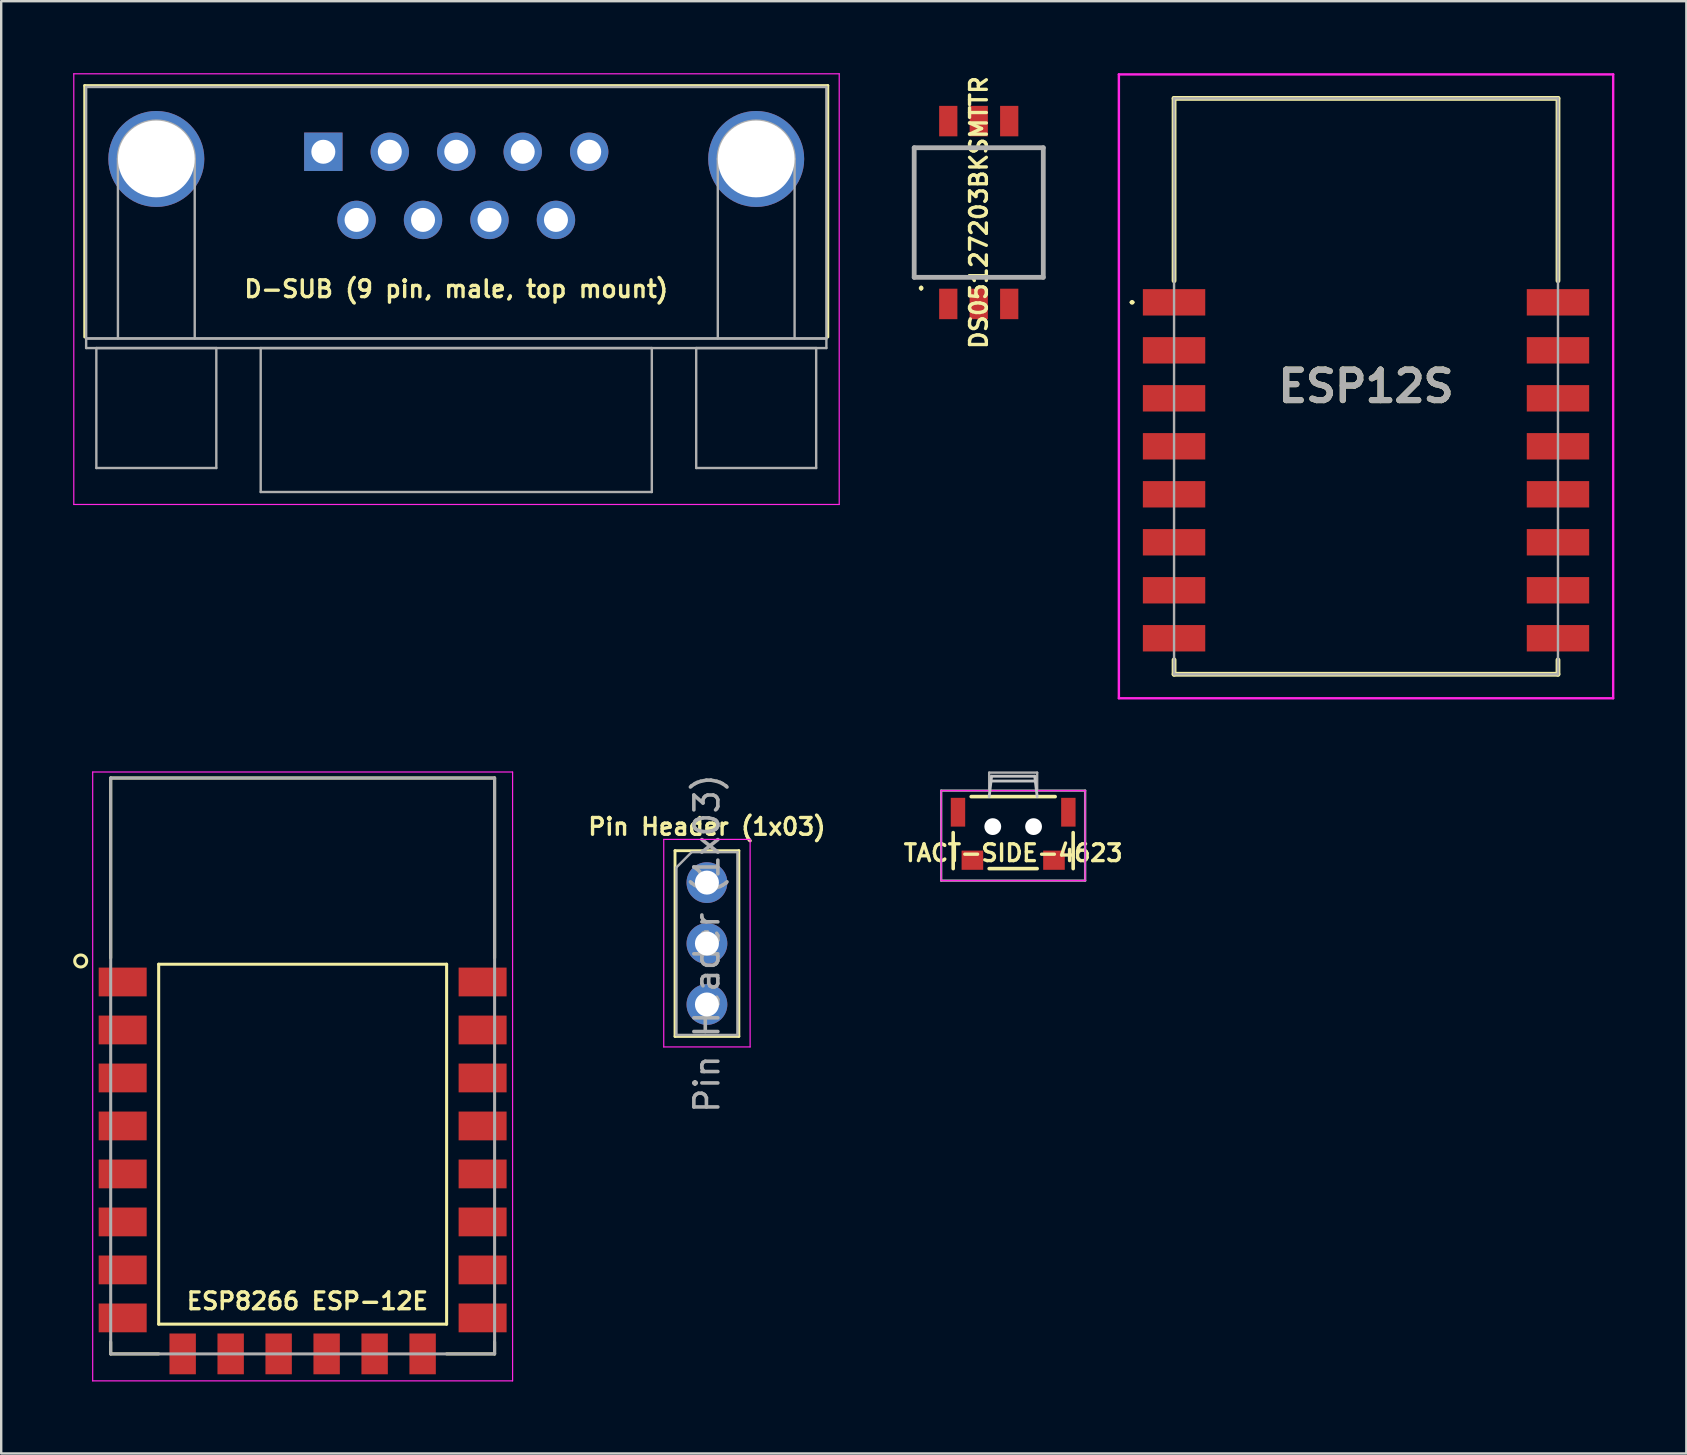
<source format=kicad_pcb>
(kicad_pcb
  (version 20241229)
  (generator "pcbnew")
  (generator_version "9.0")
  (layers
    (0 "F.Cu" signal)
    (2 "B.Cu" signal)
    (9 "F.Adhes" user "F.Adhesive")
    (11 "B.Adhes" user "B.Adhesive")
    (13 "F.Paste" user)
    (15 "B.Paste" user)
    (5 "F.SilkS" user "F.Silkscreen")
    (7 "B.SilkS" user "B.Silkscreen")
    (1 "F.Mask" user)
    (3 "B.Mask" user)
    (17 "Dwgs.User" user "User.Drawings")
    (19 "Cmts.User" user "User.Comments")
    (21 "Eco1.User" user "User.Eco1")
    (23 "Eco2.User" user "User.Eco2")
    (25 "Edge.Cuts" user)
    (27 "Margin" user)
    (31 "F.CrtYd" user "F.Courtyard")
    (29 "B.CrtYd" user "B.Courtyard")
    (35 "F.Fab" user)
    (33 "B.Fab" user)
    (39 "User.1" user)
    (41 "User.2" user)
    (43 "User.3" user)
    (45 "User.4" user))
  (footprint "D-SUB (9 pin, male, top mount)"
    (layer "F.Cu")
    (at 10.425 3.275)
    (property "Reference" "D-SUB (9 pin, male, top mount)" (at 5.54 5.72 0) (layer "F.SilkS") (effects (font (size 0.7 0.7) (thickness 0.14) (bold yes))))
    (attr through_hole)
    (fp_line (start -9.945 -2.76) (end 21.025 -2.76) (stroke (width 0.12) (type solid)) (layer "F.SilkS"))
    (fp_line (start -9.945 7.72) (end -9.945 -2.76) (stroke (width 0.12) (type solid)) (layer "F.SilkS"))
    (fp_line (start 21.025 -2.76) (end 21.025 7.72) (stroke (width 0.12) (type solid)) (layer "F.SilkS"))
    (fp_line (start -10.4 -3.25) (end -10.4 14.7) (stroke (width 0.05) (type solid)) (layer "F.CrtYd"))
    (fp_line (start -10.4 14.7) (end 21.5 14.7) (stroke (width 0.05) (type solid)) (layer "F.CrtYd"))
    (fp_line (start 21.5 -3.25) (end -10.4 -3.25) (stroke (width 0.05) (type solid)) (layer "F.CrtYd"))
    (fp_line (start 21.5 14.7) (end 21.5 -3.25) (stroke (width 0.05) (type solid)) (layer "F.CrtYd"))
    (fp_line (start -9.885 -2.7) (end -9.885 7.78) (stroke (width 0.1) (type solid)) (layer "F.Fab"))
    (fp_line (start -9.885 7.78) (end -9.885 8.18) (stroke (width 0.1) (type solid)) (layer "F.Fab"))
    (fp_line (start -9.885 7.78) (end 20.965 7.78) (stroke (width 0.1) (type solid)) (layer "F.Fab"))
    (fp_line (start -9.885 8.18) (end 20.965 8.18) (stroke (width 0.1) (type solid)) (layer "F.Fab"))
    (fp_line (start -9.46 8.18) (end -9.46 13.18) (stroke (width 0.1) (type solid)) (layer "F.Fab"))
    (fp_line (start -9.46 13.18) (end -4.46 13.18) (stroke (width 0.1) (type solid)) (layer "F.Fab"))
    (fp_line (start -8.56 7.78) (end -8.56 0.3) (stroke (width 0.1) (type solid)) (layer "F.Fab"))
    (fp_line (start -5.36 7.78) (end -5.36 0.3) (stroke (width 0.1) (type solid)) (layer "F.Fab"))
    (fp_line (start -4.46 8.18) (end -9.46 8.18) (stroke (width 0.1) (type solid)) (layer "F.Fab"))
    (fp_line (start -4.46 13.18) (end -4.46 8.18) (stroke (width 0.1) (type solid)) (layer "F.Fab"))
    (fp_line (start -2.61 8.18) (end -2.61 14.18) (stroke (width 0.1) (type solid)) (layer "F.Fab"))
    (fp_line (start -2.61 14.18) (end 13.69 14.18) (stroke (width 0.1) (type solid)) (layer "F.Fab"))
    (fp_line (start 13.69 8.18) (end -2.61 8.18) (stroke (width 0.1) (type solid)) (layer "F.Fab"))
    (fp_line (start 13.69 14.18) (end 13.69 8.18) (stroke (width 0.1) (type solid)) (layer "F.Fab"))
    (fp_line (start 15.54 8.18) (end 15.54 13.18) (stroke (width 0.1) (type solid)) (layer "F.Fab"))
    (fp_line (start 15.54 13.18) (end 20.54 13.18) (stroke (width 0.1) (type solid)) (layer "F.Fab"))
    (fp_line (start 16.44 7.78) (end 16.44 0.3) (stroke (width 0.1) (type solid)) (layer "F.Fab"))
    (fp_line (start 19.64 7.78) (end 19.64 0.3) (stroke (width 0.1) (type solid)) (layer "F.Fab"))
    (fp_line (start 20.54 8.18) (end 15.54 8.18) (stroke (width 0.1) (type solid)) (layer "F.Fab"))
    (fp_line (start 20.54 13.18) (end 20.54 8.18) (stroke (width 0.1) (type solid)) (layer "F.Fab"))
    (fp_line (start 20.965 -2.7) (end -9.885 -2.7) (stroke (width 0.1) (type solid)) (layer "F.Fab"))
    (fp_line (start 20.965 7.78) (end -9.885 7.78) (stroke (width 0.1) (type solid)) (layer "F.Fab"))
    (fp_line (start 20.965 7.78) (end 20.965 -2.7) (stroke (width 0.1) (type solid)) (layer "F.Fab"))
    (fp_line (start 20.965 8.18) (end 20.965 7.78) (stroke (width 0.1) (type solid)) (layer "F.Fab"))
    (fp_arc (start -8.56 0.3) (mid -6.96 -1.3) (end -5.36 0.3) (stroke (width 0.1) (type solid)) (layer "F.Fab"))
    (fp_arc (start 16.44 0.3) (mid 18.04 -1.3) (end 19.64 0.3) (stroke (width 0.1) (type solid)) (layer "F.Fab"))
    (pad "0" thru_hole circle (at -6.96 0.3) (size 4 4) (drill 3.2) (layers "*.Cu" "*.Mask"))
    (pad "0" thru_hole circle (at 18.04 0.3) (size 4 4) (drill 3.2) (layers "*.Cu" "*.Mask"))
    (pad "1" thru_hole rect (at 0 0) (size 1.6 1.6) (drill 1) (layers "*.Cu" "*.Mask"))
    (pad "2" thru_hole circle (at 2.77 0) (size 1.6 1.6) (drill 1) (layers "*.Cu" "*.Mask"))
    (pad "3" thru_hole circle (at 5.54 0) (size 1.6 1.6) (drill 1) (layers "*.Cu" "*.Mask"))
    (pad "4" thru_hole circle (at 8.31 0) (size 1.6 1.6) (drill 1) (layers "*.Cu" "*.Mask"))
    (pad "5" thru_hole circle (at 11.08 0) (size 1.6 1.6) (drill 1) (layers "*.Cu" "*.Mask"))
    (pad "6" thru_hole circle (at 1.385 2.84) (size 1.6 1.6) (drill 1) (layers "*.Cu" "*.Mask"))
    (pad "7" thru_hole circle (at 4.155 2.84) (size 1.6 1.6) (drill 1) (layers "*.Cu" "*.Mask"))
    (pad "8" thru_hole circle (at 6.925 2.84) (size 1.6 1.6) (drill 1) (layers "*.Cu" "*.Mask"))
    (pad "9" thru_hole circle (at 9.695 2.84) (size 1.6 1.6) (drill 1) (layers "*.Cu" "*.Mask")))
  (footprint "Pin Header (1x03)"
    (layer "F.Cu")
    (at 26.412 33.733)
    (property "Reference" "Pin Header (1x03)" (at 0 -2.33 0) (layer "F.SilkS") (effects (font (size 0.7 0.7) (thickness 0.14))))
    (attr through_hole)
    (fp_line (start -1.33 -1.33) (end -1.33 6.41) (stroke (width 0.12) (type solid)) (layer "F.SilkS"))
    (fp_line (start -1.33 -1.33) (end 1.33 -1.33) (stroke (width 0.12) (type solid)) (layer "F.SilkS"))
    (fp_line (start -1.33 6.41) (end 1.33 6.41) (stroke (width 0.12) (type solid)) (layer "F.SilkS"))
    (fp_line (start 1.33 -1.33) (end 1.33 6.41) (stroke (width 0.12) (type solid)) (layer "F.SilkS"))
    (fp_line (start -1.8 -1.8) (end -1.8 6.85) (stroke (width 0.05) (type solid)) (layer "F.CrtYd"))
    (fp_line (start -1.8 6.85) (end 1.8 6.85) (stroke (width 0.05) (type solid)) (layer "F.CrtYd"))
    (fp_line (start 1.8 -1.8) (end -1.8 -1.8) (stroke (width 0.05) (type solid)) (layer "F.CrtYd"))
    (fp_line (start 1.8 6.85) (end 1.8 -1.8) (stroke (width 0.05) (type solid)) (layer "F.CrtYd"))
    (fp_line (start -1.27 -0.635) (end -0.635 -1.27) (stroke (width 0.1) (type solid)) (layer "F.Fab"))
    (fp_line (start -1.27 6.35) (end -1.27 -0.635) (stroke (width 0.1) (type solid)) (layer "F.Fab"))
    (fp_line (start -0.635 -1.27) (end 1.27 -1.27) (stroke (width 0.1) (type solid)) (layer "F.Fab"))
    (fp_line (start 1.27 -1.27) (end 1.27 6.35) (stroke (width 0.1) (type solid)) (layer "F.Fab"))
    (fp_line (start 1.27 6.35) (end -1.27 6.35) (stroke (width 0.1) (type solid)) (layer "F.Fab"))
    (fp_text user "${REFERENCE}" (at 0 2.54 90) (layer "F.Fab") (effects (font (size 1 1) (thickness 0.15))))
    (pad "1" thru_hole circle (at 0 0) (size 1.7 1.7) (drill 1) (layers "*.Cu" "*.Mask"))
    (pad "2" thru_hole oval (at 0 2.54) (size 1.7 1.7) (drill 1) (layers "*.Cu" "*.Mask"))
    (pad "3" thru_hole oval (at 0 5.08) (size 1.7 1.7) (drill 1) (layers "*.Cu" "*.Mask")))
  (footprint "TACT-SIDE-4623"
    (layer "F.Cu")
    (at 39.175 31.4)
    (property "Reference" "TACT-SIDE-4623" (at 0 1.1 180) (layer "F.SilkS") (effects (font (size 0.7 0.7) (thickness 0.14) (bold yes))))
    (attr smd)
    (fp_line (start -2.5 0.25) (end -2.5 1.75) (stroke (width 0.15) (type solid)) (layer "F.SilkS"))
    (fp_line (start -1.75 -1.25) (end 1.75 -1.25) (stroke (width 0.15) (type solid)) (layer "F.SilkS"))
    (fp_line (start -1 1.75) (end 1 1.75) (stroke (width 0.15) (type solid)) (layer "F.SilkS"))
    (fp_line (start 2.5 0.25) (end 2.5 1.75) (stroke (width 0.15) (type solid)) (layer "F.SilkS"))
    (fp_line (start -0.9 -2.1) (end -1 -1.25) (stroke (width 0.12) (type solid)) (layer "Dwgs.User"))
    (fp_line (start 0.9 -2.1) (end -0.9 -2.1) (stroke (width 0.12) (type solid)) (layer "Dwgs.User"))
    (fp_line (start 0.9 -1.9) (end -0.9 -1.9) (stroke (width 0.12) (type solid)) (layer "Dwgs.User"))
    (fp_line (start 1 -1.25) (end 0.9 -2.1) (stroke (width 0.12) (type solid)) (layer "Dwgs.User"))
    (fp_line (start -3 -1.5) (end -3 2.25) (stroke (width 0.05) (type solid)) (layer "F.CrtYd"))
    (fp_line (start -3 2.25) (end 3 2.25) (stroke (width 0.05) (type solid)) (layer "F.CrtYd"))
    (fp_line (start 3 -1.5) (end -3 -1.5) (stroke (width 0.05) (type solid)) (layer "F.CrtYd"))
    (fp_line (start 3 2.25) (end 3 -1.5) (stroke (width 0.05) (type solid)) (layer "F.CrtYd"))
    (fp_line (start -3 -1.5) (end 3 -1.5) (stroke (width 0.1) (type solid)) (layer "F.Fab"))
    (fp_line (start -3 2.25) (end -3 -1.5) (stroke (width 0.1) (type solid)) (layer "F.Fab"))
    (fp_line (start -1 -2.25) (end 1 -2.25) (stroke (width 0.1) (type solid)) (layer "F.Fab"))
    (fp_line (start -1 -1.5) (end -1 -2.25) (stroke (width 0.1) (type solid)) (layer "F.Fab"))
    (fp_line (start 1 -2.25) (end 1 -1.5) (stroke (width 0.1) (type solid)) (layer "F.Fab"))
    (fp_line (start 3 -1.5) (end 3 2.25) (stroke (width 0.1) (type solid)) (layer "F.Fab"))
    (fp_line (start 3 2.25) (end -3 2.25) (stroke (width 0.1) (type solid)) (layer "F.Fab"))
    (pad "" smd rect (at -2.3 -0.6) (size 0.6 1.2) (layers "F.Cu" "F.Mask" "F.Paste"))
    (pad "" np_thru_hole circle (at -0.85 0) (size 0.7 0.7) (drill 0.7) (layers "*.Cu" "*.Mask"))
    (pad "" np_thru_hole circle (at 0.85 0) (size 0.7 0.7) (drill 0.7) (layers "*.Cu" "*.Mask"))
    (pad "" smd rect (at 2.3 -0.6) (size 0.6 1.2) (layers "F.Cu" "F.Mask" "F.Paste"))
    (pad "1" smd rect (at -1.7 1.4) (size 0.9 0.8) (layers "F.Cu" "F.Mask" "F.Paste"))
    (pad "2" smd rect (at 1.7 1.4) (size 0.9 0.8) (layers "F.Cu" "F.Mask" "F.Paste")))
  (footprint "DS05127203BKSMTTR"
    (layer "F.Cu")
    (at 37.74 5.807)
    (property "Reference" "DS05127203BKSMTTR" (at 0 0 90) (layer "F.SilkS") (effects (font (size 0.7 0.7) (thickness 0.14) (bold yes))))
    (attr smd)
    (fp_line (start -2.69 -2.7) (end 2.69 -2.7) (stroke (width 0.1) (type solid)) (layer "F.SilkS"))
    (fp_line (start -2.69 2.7) (end -2.69 -2.7) (stroke (width 0.1) (type solid)) (layer "F.SilkS"))
    (fp_line (start -2.4 3.1) (end -2.4 3.1) (stroke (width 0.1) (type solid)) (layer "F.SilkS"))
    (fp_line (start -2.4 3.2) (end -2.4 3.2) (stroke (width 0.1) (type solid)) (layer "F.SilkS"))
    (fp_line (start 2.69 -2.7) (end 2.69 2.7) (stroke (width 0.1) (type solid)) (layer "F.SilkS"))
    (fp_line (start 2.69 2.7) (end -2.69 2.7) (stroke (width 0.1) (type solid)) (layer "F.SilkS"))
    (fp_arc (start -2.4 3.1) (mid -2.35 3.15) (end -2.4 3.2) (stroke (width 0.1) (type solid)) (layer "F.SilkS"))
    (fp_arc (start -2.4 3.2) (mid -2.45 3.15) (end -2.4 3.1) (stroke (width 0.1) (type solid)) (layer "F.SilkS"))
    (fp_line (start -2.69 -2.7) (end 2.69 -2.7) (stroke (width 0.2) (type solid)) (layer "F.Fab"))
    (fp_line (start -2.69 2.7) (end -2.69 -2.7) (stroke (width 0.2) (type solid)) (layer "F.Fab"))
    (fp_line (start 2.69 -2.7) (end 2.69 2.7) (stroke (width 0.2) (type solid)) (layer "F.Fab"))
    (fp_line (start 2.69 2.7) (end -2.69 2.7) (stroke (width 0.2) (type solid)) (layer "F.Fab"))
    (pad "1" smd rect (at -1.27 3.81) (size 0.76 1.27) (layers "F.Cu" "F.Mask" "F.Paste"))
    (pad "2" smd rect (at 0 3.81) (size 0.76 1.27) (layers "F.Cu" "F.Mask" "F.Paste"))
    (pad "3" smd rect (at 1.27 3.81) (size 0.76 1.27) (layers "F.Cu" "F.Mask" "F.Paste"))
    (pad "4" smd rect (at 1.27 -3.81) (size 0.76 1.27) (layers "F.Cu" "F.Mask" "F.Paste"))
    (pad "5" smd rect (at 0 -3.81) (size 0.76 1.27) (layers "F.Cu" "F.Mask" "F.Paste"))
    (pad "6" smd rect (at -1.27 -3.81) (size 0.76 1.27) (layers "F.Cu" "F.Mask" "F.Paste")))
  (footprint "ESP12S"
    (layer "F.Cu")
    (at 53.88 13.05)
    (property "Reference" "ESP12S" (at 0 0 0) (layer "F.SilkS") (effects (font (size 1.27 1.27) (thickness 0.254))))
    (attr smd)
    (fp_line (start -9.8 -3.5) (end -9.8 -3.5) (stroke (width 0.1) (type solid)) (layer "F.SilkS"))
    (fp_line (start -9.7 -3.5) (end -9.7 -3.5) (stroke (width 0.1) (type solid)) (layer "F.SilkS"))
    (fp_line (start -8 -12) (end 8 -12) (stroke (width 0.2) (type solid)) (layer "F.SilkS"))
    (fp_line (start -8 -4.4) (end -8 -12) (stroke (width 0.2) (type solid)) (layer "F.SilkS"))
    (fp_line (start -8 11.4) (end -8 12) (stroke (width 0.2) (type solid)) (layer "F.SilkS"))
    (fp_line (start -8 12) (end 8 12) (stroke (width 0.2) (type solid)) (layer "F.SilkS"))
    (fp_line (start 8 -12) (end 8 -4.4) (stroke (width 0.2) (type solid)) (layer "F.SilkS"))
    (fp_line (start 8 12) (end 8 11.4) (stroke (width 0.2) (type solid)) (layer "F.SilkS"))
    (fp_arc (start -9.8 -3.5) (mid -9.75 -3.55) (end -9.7 -3.5) (stroke (width 0.1) (type solid)) (layer "F.SilkS"))
    (fp_arc (start -9.7 -3.5) (mid -9.75 -3.45) (end -9.8 -3.5) (stroke (width 0.1) (type solid)) (layer "F.SilkS"))
    (fp_line (start -10.3 -13) (end 10.3 -13) (stroke (width 0.1) (type solid)) (layer "F.CrtYd"))
    (fp_line (start -10.3 13) (end -10.3 -13) (stroke (width 0.1) (type solid)) (layer "F.CrtYd"))
    (fp_line (start 10.3 -13) (end 10.3 13) (stroke (width 0.1) (type solid)) (layer "F.CrtYd"))
    (fp_line (start 10.3 13) (end -10.3 13) (stroke (width 0.1) (type solid)) (layer "F.CrtYd"))
    (fp_line (start -8 -12) (end 8 -12) (stroke (width 0.1) (type solid)) (layer "F.Fab"))
    (fp_line (start -8 12) (end -8 -12) (stroke (width 0.1) (type solid)) (layer "F.Fab"))
    (fp_line (start 8 -12) (end 8 12) (stroke (width 0.1) (type solid)) (layer "F.Fab"))
    (fp_line (start 8 12) (end -8 12) (stroke (width 0.1) (type solid)) (layer "F.Fab"))
    (fp_text user "${REFERENCE}" (at 0 0 0) (layer "F.Fab") (effects (font (size 1.27 1.27) (thickness 0.254))))
    (pad "1" smd rect (at -8 -3.5 90) (size 1.1 2.6) (layers "F.Cu" "F.Mask" "F.Paste"))
    (pad "2" smd rect (at -8 -1.5 90) (size 1.1 2.6) (layers "F.Cu" "F.Mask" "F.Paste"))
    (pad "3" smd rect (at -8 0.5 90) (size 1.1 2.6) (layers "F.Cu" "F.Mask" "F.Paste"))
    (pad "4" smd rect (at -8 2.5 90) (size 1.1 2.6) (layers "F.Cu" "F.Mask" "F.Paste"))
    (pad "5" smd rect (at -8 4.5 90) (size 1.1 2.6) (layers "F.Cu" "F.Mask" "F.Paste"))
    (pad "6" smd rect (at -8 6.5 90) (size 1.1 2.6) (layers "F.Cu" "F.Mask" "F.Paste"))
    (pad "7" smd rect (at -8 8.5 90) (size 1.1 2.6) (layers "F.Cu" "F.Mask" "F.Paste"))
    (pad "8" smd rect (at -8 10.5 90) (size 1.1 2.6) (layers "F.Cu" "F.Mask" "F.Paste"))
    (pad "9" smd rect (at 8 10.5 90) (size 1.1 2.6) (layers "F.Cu" "F.Mask" "F.Paste"))
    (pad "10" smd rect (at 8 8.5 90) (size 1.1 2.6) (layers "F.Cu" "F.Mask" "F.Paste"))
    (pad "11" smd rect (at 8 6.5 90) (size 1.1 2.6) (layers "F.Cu" "F.Mask" "F.Paste"))
    (pad "12" smd rect (at 8 4.5 90) (size 1.1 2.6) (layers "F.Cu" "F.Mask" "F.Paste"))
    (pad "13" smd rect (at 8 2.5 90) (size 1.1 2.6) (layers "F.Cu" "F.Mask" "F.Paste"))
    (pad "14" smd rect (at 8 0.5 90) (size 1.1 2.6) (layers "F.Cu" "F.Mask" "F.Paste"))
    (pad "15" smd rect (at 8 -1.5 90) (size 1.1 2.6) (layers "F.Cu" "F.Mask" "F.Paste"))
    (pad "16" smd rect (at 8 -3.5 90) (size 1.1 2.6) (layers "F.Cu" "F.Mask" "F.Paste")))
  (footprint "ESP8266 ESP-12E"
    (layer "F.Cu")
    (at 9.563 44.875)
    (property "Reference" "ESP8266 ESP-12E" (at 0.2 6.3 0) (layer "F.SilkS") (effects (font (size 0.7 0.7) (thickness 0.14) (bold yes))))
    (attr smd)
    (fp_line (start -8 -15.5) (end 8 -15.5) (stroke (width 0.127) (type solid)) (layer "F.SilkS"))
    (fp_line (start -8 -8) (end -8 -15.5) (stroke (width 0.127) (type solid)) (layer "F.SilkS"))
    (fp_line (start -8 8) (end -8 8.5) (stroke (width 0.127) (type solid)) (layer "F.SilkS"))
    (fp_line (start -8 8.5) (end -6 8.5) (stroke (width 0.127) (type solid)) (layer "F.SilkS"))
    (fp_line (start -6 -7.74) (end 6 -7.74) (stroke (width 0.127) (type solid)) (layer "F.SilkS"))
    (fp_line (start -6 7.26) (end -6 -7.74) (stroke (width 0.127) (type solid)) (layer "F.SilkS"))
    (fp_line (start 6 -7.74) (end 6 7.26) (stroke (width 0.127) (type solid)) (layer "F.SilkS"))
    (fp_line (start 6 7.26) (end -6 7.26) (stroke (width 0.127) (type solid)) (layer "F.SilkS"))
    (fp_line (start 8 -15.5) (end 8 -8) (stroke (width 0.127) (type solid)) (layer "F.SilkS"))
    (fp_line (start 8 8) (end 8 8.5) (stroke (width 0.127) (type solid)) (layer "F.SilkS"))
    (fp_line (start 8 8.5) (end 6 8.5) (stroke (width 0.127) (type solid)) (layer "F.SilkS"))
    (fp_circle (center -9.25 -7.875) (end -9 -7.875) (stroke (width 0.127) (type solid)) (fill no) (layer "F.SilkS"))
    (fp_line (start -8.75 -15.75) (end -8.75 9.625) (stroke (width 0.05) (type solid)) (layer "F.CrtYd"))
    (fp_line (start -8.75 9.625) (end 8.75 9.625) (stroke (width 0.05) (type solid)) (layer "F.CrtYd"))
    (fp_line (start 8.75 -15.75) (end -8.75 -15.75) (stroke (width 0.05) (type solid)) (layer "F.CrtYd"))
    (fp_line (start 8.75 9.625) (end 8.75 -15.75) (stroke (width 0.05) (type solid)) (layer "F.CrtYd"))
    (fp_line (start -8 -15.5) (end 8 -15.5) (stroke (width 0.127) (type solid)) (layer "F.Fab"))
    (fp_line (start -8 8.5) (end -8 -15.5) (stroke (width 0.127) (type solid)) (layer "F.Fab"))
    (fp_line (start 8 -15.5) (end 8 8.5) (stroke (width 0.127) (type solid)) (layer "F.Fab"))
    (fp_line (start 8 8.5) (end -8 8.5) (stroke (width 0.127) (type solid)) (layer "F.Fab"))
    (pad "1" smd rect (at -7.5 -7) (size 2 1.2) (layers "F.Cu" "F.Mask" "F.Paste"))
    (pad "2" smd rect (at -7.5 -5) (size 2 1.2) (layers "F.Cu" "F.Mask" "F.Paste"))
    (pad "3" smd rect (at -7.5 -3) (size 2 1.2) (layers "F.Cu" "F.Mask" "F.Paste"))
    (pad "4" smd rect (at -7.5 -1) (size 2 1.2) (layers "F.Cu" "F.Mask" "F.Paste"))
    (pad "5" smd rect (at -7.5 1) (size 2 1.2) (layers "F.Cu" "F.Mask" "F.Paste"))
    (pad "6" smd rect (at -7.5 3) (size 2 1.2) (layers "F.Cu" "F.Mask" "F.Paste"))
    (pad "7" smd rect (at -7.5 5) (size 2 1.2) (layers "F.Cu" "F.Mask" "F.Paste"))
    (pad "8" smd rect (at -7.5 7) (size 2 1.2) (layers "F.Cu" "F.Mask" "F.Paste"))
    (pad "9" smd rect (at -5 8.5) (size 1.1 1.7) (layers "F.Cu" "F.Mask" "F.Paste"))
    (pad "10" smd rect (at -3 8.5) (size 1.1 1.7) (layers "F.Cu" "F.Mask" "F.Paste"))
    (pad "11" smd rect (at -1 8.5) (size 1.1 1.7) (layers "F.Cu" "F.Mask" "F.Paste"))
    (pad "12" smd rect (at 1 8.5) (size 1.1 1.7) (layers "F.Cu" "F.Mask" "F.Paste"))
    (pad "13" smd rect (at 3 8.5) (size 1.1 1.7) (layers "F.Cu" "F.Mask" "F.Paste"))
    (pad "14" smd rect (at 5 8.5) (size 1.1 1.7) (layers "F.Cu" "F.Mask" "F.Paste"))
    (pad "15" smd rect (at 7.5 7) (size 2 1.2) (layers "F.Cu" "F.Mask" "F.Paste"))
    (pad "16" smd rect (at 7.5 5) (size 2 1.2) (layers "F.Cu" "F.Mask" "F.Paste"))
    (pad "17" smd rect (at 7.5 3) (size 2 1.2) (layers "F.Cu" "F.Mask" "F.Paste"))
    (pad "18" smd rect (at 7.5 1) (size 2 1.2) (layers "F.Cu" "F.Mask" "F.Paste"))
    (pad "19" smd rect (at 7.5 -1) (size 2 1.2) (layers "F.Cu" "F.Mask" "F.Paste"))
    (pad "20" smd rect (at 7.5 -3) (size 2 1.2) (layers "F.Cu" "F.Mask" "F.Paste"))
    (pad "21" smd rect (at 7.5 -5) (size 2 1.2) (layers "F.Cu" "F.Mask" "F.Paste"))
    (pad "22" smd rect (at 7.5 -7) (size 2 1.2) (layers "F.Cu" "F.Mask" "F.Paste"))
    (zone (net_name "") (layer "F.Cu") (hatch full 0.508) (connect_pads) (min_thickness 0.01) (filled_areas_thickness no) (keepout (tracks not_allowed) (vias not_allowed) (pads not_allowed) (copperpour not_allowed) (footprints allowed)) (placement (enabled no)) (fill) (polygon (pts (xy 1.554 29.375) (xy 17.564 29.375) (xy 17.564 36.365) (xy 1.554 36.365))))
    (zone (net_name "") (layer "B.Cu") (hatch full 0.508) (connect_pads) (min_thickness 0.01) (filled_areas_thickness no) (keepout (tracks not_allowed) (vias not_allowed) (pads not_allowed) (copperpour not_allowed) (footprints allowed)) (placement (enabled no)) (fill) (polygon (pts (xy 1.554 29.375) (xy 17.564 29.375) (xy 17.564 36.365) (xy 1.554 36.365)))))
  (gr_rect
    (start -3 -3)
    (end 67.23 57.525)
    (stroke (width 0.1) (type default))
    (fill no)
    (layer "Edge.Cuts")))
</source>
